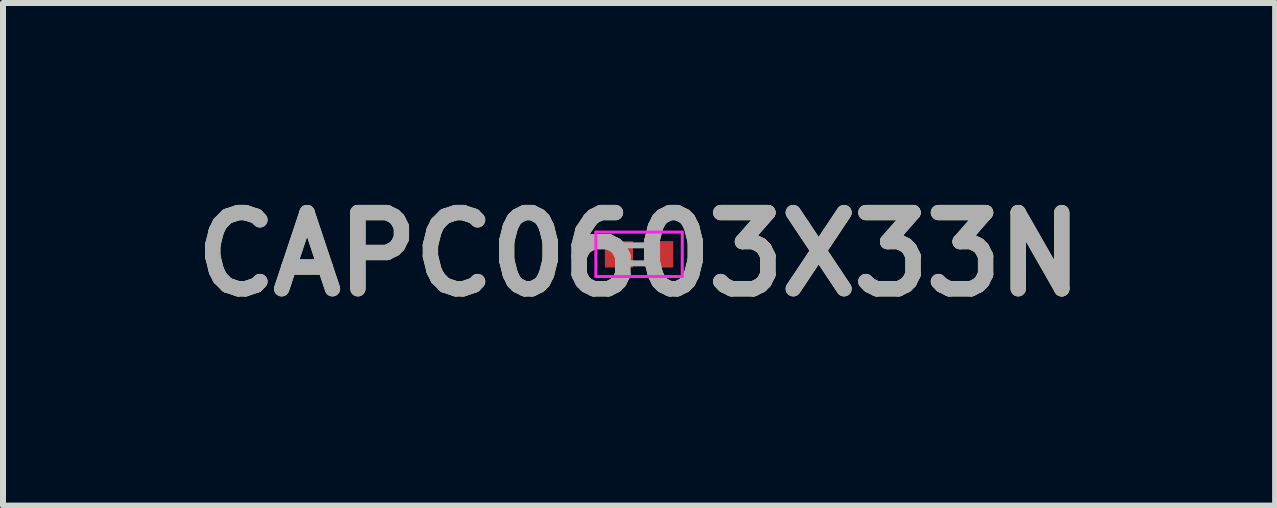
<source format=kicad_pcb>
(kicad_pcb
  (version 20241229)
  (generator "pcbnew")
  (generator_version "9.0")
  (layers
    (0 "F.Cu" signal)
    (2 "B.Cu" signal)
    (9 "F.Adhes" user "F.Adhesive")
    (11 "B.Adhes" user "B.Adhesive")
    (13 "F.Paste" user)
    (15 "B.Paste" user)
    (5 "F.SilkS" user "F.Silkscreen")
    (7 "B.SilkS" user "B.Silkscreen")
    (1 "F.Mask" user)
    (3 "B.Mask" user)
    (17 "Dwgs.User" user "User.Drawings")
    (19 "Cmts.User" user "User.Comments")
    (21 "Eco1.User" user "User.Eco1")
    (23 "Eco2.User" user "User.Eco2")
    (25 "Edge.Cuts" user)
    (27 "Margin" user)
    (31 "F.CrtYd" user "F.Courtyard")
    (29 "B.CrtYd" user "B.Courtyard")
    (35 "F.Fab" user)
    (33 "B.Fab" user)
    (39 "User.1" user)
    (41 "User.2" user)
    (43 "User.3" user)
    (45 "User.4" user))
  (footprint "CAPC0603X33N"
    (layer "F.Cu")
    (at 7.602 1.189)
    (property "Reference" "CAPC0603X33N" (at 0 0 0) (layer "F.SilkS") (effects (font (size 1.27 1.27) (thickness 0.254))))
    (attr smd)
    (fp_line (start -0.72 -0.37) (end 0.72 -0.37) (stroke (width 0.05) (type solid)) (layer "F.CrtYd"))
    (fp_line (start -0.72 0.37) (end -0.72 -0.37) (stroke (width 0.05) (type solid)) (layer "F.CrtYd"))
    (fp_line (start 0.72 -0.37) (end 0.72 0.37) (stroke (width 0.05) (type solid)) (layer "F.CrtYd"))
    (fp_line (start 0.72 0.37) (end -0.72 0.37) (stroke (width 0.05) (type solid)) (layer "F.CrtYd"))
    (fp_line (start -0.3 -0.15) (end 0.3 -0.15) (stroke (width 0.1) (type solid)) (layer "F.Fab"))
    (fp_line (start -0.3 0.15) (end -0.3 -0.15) (stroke (width 0.1) (type solid)) (layer "F.Fab"))
    (fp_line (start 0.3 -0.15) (end 0.3 0.15) (stroke (width 0.1) (type solid)) (layer "F.Fab"))
    (fp_line (start 0.3 0.15) (end -0.3 0.15) (stroke (width 0.1) (type solid)) (layer "F.Fab"))
    (fp_text user "${REFERENCE}" (at 0 0 0) (layer "F.Fab") (effects (font (size 1.27 1.27) (thickness 0.254))))
    (pad "1" smd rect (at -0.335 0 90) (size 0.44 0.47) (layers "F.Cu" "F.Mask" "F.Paste"))
    (pad "2" smd rect (at 0.335 0 90) (size 0.44 0.47) (layers "F.Cu" "F.Mask" "F.Paste")))
  (gr_rect
    (start -3 -3)
    (end 18.204 5.377)
    (stroke (width 0.1) (type default))
    (fill no)
    (layer "Edge.Cuts")))
</source>
